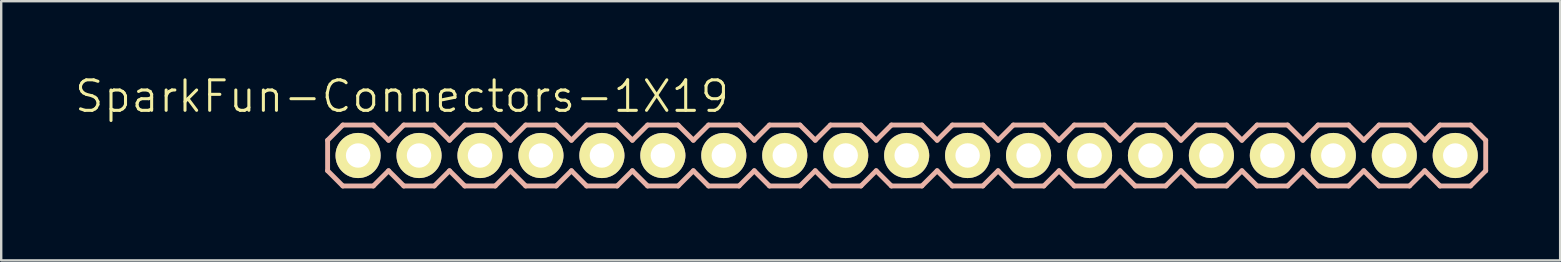
<source format=kicad_pcb>
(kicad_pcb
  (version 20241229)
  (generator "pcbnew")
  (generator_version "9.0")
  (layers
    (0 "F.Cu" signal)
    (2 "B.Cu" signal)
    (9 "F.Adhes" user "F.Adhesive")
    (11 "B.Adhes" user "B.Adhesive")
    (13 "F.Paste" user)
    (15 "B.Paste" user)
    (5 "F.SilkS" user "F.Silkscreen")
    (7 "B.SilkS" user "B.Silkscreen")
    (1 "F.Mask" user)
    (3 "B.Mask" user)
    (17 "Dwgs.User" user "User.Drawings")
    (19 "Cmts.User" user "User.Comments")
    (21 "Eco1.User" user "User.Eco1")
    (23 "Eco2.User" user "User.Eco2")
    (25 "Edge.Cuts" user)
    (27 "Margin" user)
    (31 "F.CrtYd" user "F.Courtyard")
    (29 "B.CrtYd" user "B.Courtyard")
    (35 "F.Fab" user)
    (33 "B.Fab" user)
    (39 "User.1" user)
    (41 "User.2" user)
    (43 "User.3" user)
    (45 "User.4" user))
  (footprint "SparkFun-Connectors-1X19"
    (layer "F.Cu")
    (at 11.872 3.43)
    (property "Reference" "SparkFun-Connectors-1X19" (at 1.829 -2.464 0) (layer "F.SilkS") (effects (font (size 1.27 1.27) (thickness 0.127))))
    (attr exclude_from_pos_files exclude_from_bom)
    (fp_line (start -0.254 -0.254) (end 0.254 -0.254) (stroke (width 0.066) (type solid)) (layer "F.SilkS"))
    (fp_line (start -0.254 0.254) (end -0.254 -0.254) (stroke (width 0.066) (type solid)) (layer "F.SilkS"))
    (fp_line (start -0.254 0.254) (end 0.254 0.254) (stroke (width 0.066) (type solid)) (layer "F.SilkS"))
    (fp_line (start 0.254 0.254) (end 0.254 -0.254) (stroke (width 0.066) (type solid)) (layer "F.SilkS"))
    (fp_line (start 2.286 -0.254) (end 2.794 -0.254) (stroke (width 0.066) (type solid)) (layer "F.SilkS"))
    (fp_line (start 2.286 0.254) (end 2.286 -0.254) (stroke (width 0.066) (type solid)) (layer "F.SilkS"))
    (fp_line (start 2.286 0.254) (end 2.794 0.254) (stroke (width 0.066) (type solid)) (layer "F.SilkS"))
    (fp_line (start 2.794 0.254) (end 2.794 -0.254) (stroke (width 0.066) (type solid)) (layer "F.SilkS"))
    (fp_line (start 4.826 -0.254) (end 5.334 -0.254) (stroke (width 0.066) (type solid)) (layer "F.SilkS"))
    (fp_line (start 4.826 0.254) (end 4.826 -0.254) (stroke (width 0.066) (type solid)) (layer "F.SilkS"))
    (fp_line (start 4.826 0.254) (end 5.334 0.254) (stroke (width 0.066) (type solid)) (layer "F.SilkS"))
    (fp_line (start 5.334 0.254) (end 5.334 -0.254) (stroke (width 0.066) (type solid)) (layer "F.SilkS"))
    (fp_line (start 7.366 -0.254) (end 7.874 -0.254) (stroke (width 0.066) (type solid)) (layer "F.SilkS"))
    (fp_line (start 7.366 0.254) (end 7.366 -0.254) (stroke (width 0.066) (type solid)) (layer "F.SilkS"))
    (fp_line (start 7.366 0.254) (end 7.874 0.254) (stroke (width 0.066) (type solid)) (layer "F.SilkS"))
    (fp_line (start 7.874 0.254) (end 7.874 -0.254) (stroke (width 0.066) (type solid)) (layer "F.SilkS"))
    (fp_line (start 9.906 -0.254) (end 10.414 -0.254) (stroke (width 0.066) (type solid)) (layer "F.SilkS"))
    (fp_line (start 9.906 0.254) (end 9.906 -0.254) (stroke (width 0.066) (type solid)) (layer "F.SilkS"))
    (fp_line (start 9.906 0.254) (end 10.414 0.254) (stroke (width 0.066) (type solid)) (layer "F.SilkS"))
    (fp_line (start 10.414 0.254) (end 10.414 -0.254) (stroke (width 0.066) (type solid)) (layer "F.SilkS"))
    (fp_line (start 12.446 -0.254) (end 12.954 -0.254) (stroke (width 0.066) (type solid)) (layer "F.SilkS"))
    (fp_line (start 12.446 0.254) (end 12.446 -0.254) (stroke (width 0.066) (type solid)) (layer "F.SilkS"))
    (fp_line (start 12.446 0.254) (end 12.954 0.254) (stroke (width 0.066) (type solid)) (layer "F.SilkS"))
    (fp_line (start 12.954 0.254) (end 12.954 -0.254) (stroke (width 0.066) (type solid)) (layer "F.SilkS"))
    (fp_line (start 14.986 -0.254) (end 15.494 -0.254) (stroke (width 0.066) (type solid)) (layer "F.SilkS"))
    (fp_line (start 14.986 0.254) (end 14.986 -0.254) (stroke (width 0.066) (type solid)) (layer "F.SilkS"))
    (fp_line (start 14.986 0.254) (end 15.494 0.254) (stroke (width 0.066) (type solid)) (layer "F.SilkS"))
    (fp_line (start 15.494 0.254) (end 15.494 -0.254) (stroke (width 0.066) (type solid)) (layer "F.SilkS"))
    (fp_line (start 17.523 -0.254) (end 18.034 -0.254) (stroke (width 0.066) (type solid)) (layer "F.SilkS"))
    (fp_line (start 17.523 0.254) (end 17.523 -0.254) (stroke (width 0.066) (type solid)) (layer "F.SilkS"))
    (fp_line (start 17.523 0.254) (end 18.034 0.254) (stroke (width 0.066) (type solid)) (layer "F.SilkS"))
    (fp_line (start 18.034 0.254) (end 18.034 -0.254) (stroke (width 0.066) (type solid)) (layer "F.SilkS"))
    (fp_line (start 20.066 -0.254) (end 20.574 -0.254) (stroke (width 0.066) (type solid)) (layer "F.SilkS"))
    (fp_line (start 20.066 0.254) (end 20.066 -0.254) (stroke (width 0.066) (type solid)) (layer "F.SilkS"))
    (fp_line (start 20.066 0.254) (end 20.574 0.254) (stroke (width 0.066) (type solid)) (layer "F.SilkS"))
    (fp_line (start 20.574 0.254) (end 20.574 -0.254) (stroke (width 0.066) (type solid)) (layer "F.SilkS"))
    (fp_line (start 22.606 -0.254) (end 23.114 -0.254) (stroke (width 0.066) (type solid)) (layer "F.SilkS"))
    (fp_line (start 22.606 0.254) (end 22.606 -0.254) (stroke (width 0.066) (type solid)) (layer "F.SilkS"))
    (fp_line (start 22.606 0.254) (end 23.114 0.254) (stroke (width 0.066) (type solid)) (layer "F.SilkS"))
    (fp_line (start 23.114 0.254) (end 23.114 -0.254) (stroke (width 0.066) (type solid)) (layer "F.SilkS"))
    (fp_line (start 25.146 -0.254) (end 25.654 -0.254) (stroke (width 0.066) (type solid)) (layer "F.SilkS"))
    (fp_line (start 25.146 0.254) (end 25.146 -0.254) (stroke (width 0.066) (type solid)) (layer "F.SilkS"))
    (fp_line (start 25.146 0.254) (end 25.654 0.254) (stroke (width 0.066) (type solid)) (layer "F.SilkS"))
    (fp_line (start 25.654 0.254) (end 25.654 -0.254) (stroke (width 0.066) (type solid)) (layer "F.SilkS"))
    (fp_line (start 27.686 -0.254) (end 28.194 -0.254) (stroke (width 0.066) (type solid)) (layer "F.SilkS"))
    (fp_line (start 27.686 0.254) (end 27.686 -0.254) (stroke (width 0.066) (type solid)) (layer "F.SilkS"))
    (fp_line (start 27.686 0.254) (end 28.194 0.254) (stroke (width 0.066) (type solid)) (layer "F.SilkS"))
    (fp_line (start 28.194 0.254) (end 28.194 -0.254) (stroke (width 0.066) (type solid)) (layer "F.SilkS"))
    (fp_line (start 30.226 -0.254) (end 30.734 -0.254) (stroke (width 0.066) (type solid)) (layer "F.SilkS"))
    (fp_line (start 30.226 0.254) (end 30.226 -0.254) (stroke (width 0.066) (type solid)) (layer "F.SilkS"))
    (fp_line (start 30.226 0.254) (end 30.734 0.254) (stroke (width 0.066) (type solid)) (layer "F.SilkS"))
    (fp_line (start 30.734 0.254) (end 30.734 -0.254) (stroke (width 0.066) (type solid)) (layer "F.SilkS"))
    (fp_line (start 32.766 -0.254) (end 33.274 -0.254) (stroke (width 0.066) (type solid)) (layer "F.SilkS"))
    (fp_line (start 32.766 0.254) (end 32.766 -0.254) (stroke (width 0.066) (type solid)) (layer "F.SilkS"))
    (fp_line (start 32.766 0.254) (end 33.274 0.254) (stroke (width 0.066) (type solid)) (layer "F.SilkS"))
    (fp_line (start 33.274 0.254) (end 33.274 -0.254) (stroke (width 0.066) (type solid)) (layer "F.SilkS"))
    (fp_line (start 35.303 -0.254) (end 35.814 -0.254) (stroke (width 0.066) (type solid)) (layer "F.SilkS"))
    (fp_line (start 35.303 0.254) (end 35.303 -0.254) (stroke (width 0.066) (type solid)) (layer "F.SilkS"))
    (fp_line (start 35.303 0.254) (end 35.814 0.254) (stroke (width 0.066) (type solid)) (layer "F.SilkS"))
    (fp_line (start 35.814 0.254) (end 35.814 -0.254) (stroke (width 0.066) (type solid)) (layer "F.SilkS"))
    (fp_line (start 37.846 -0.254) (end 38.354 -0.254) (stroke (width 0.066) (type solid)) (layer "F.SilkS"))
    (fp_line (start 37.846 0.254) (end 37.846 -0.254) (stroke (width 0.066) (type solid)) (layer "F.SilkS"))
    (fp_line (start 37.846 0.254) (end 38.354 0.254) (stroke (width 0.066) (type solid)) (layer "F.SilkS"))
    (fp_line (start 38.354 0.254) (end 38.354 -0.254) (stroke (width 0.066) (type solid)) (layer "F.SilkS"))
    (fp_line (start 40.386 -0.254) (end 40.894 -0.254) (stroke (width 0.066) (type solid)) (layer "F.SilkS"))
    (fp_line (start 40.386 0.254) (end 40.386 -0.254) (stroke (width 0.066) (type solid)) (layer "F.SilkS"))
    (fp_line (start 40.386 0.254) (end 40.894 0.254) (stroke (width 0.066) (type solid)) (layer "F.SilkS"))
    (fp_line (start 40.894 0.254) (end 40.894 -0.254) (stroke (width 0.066) (type solid)) (layer "F.SilkS"))
    (fp_line (start 42.926 -0.254) (end 43.434 -0.254) (stroke (width 0.066) (type solid)) (layer "F.SilkS"))
    (fp_line (start 42.926 0.254) (end 42.926 -0.254) (stroke (width 0.066) (type solid)) (layer "F.SilkS"))
    (fp_line (start 42.926 0.254) (end 43.434 0.254) (stroke (width 0.066) (type solid)) (layer "F.SilkS"))
    (fp_line (start 43.434 0.254) (end 43.434 -0.254) (stroke (width 0.066) (type solid)) (layer "F.SilkS"))
    (fp_line (start 45.466 -0.254) (end 45.974 -0.254) (stroke (width 0.066) (type solid)) (layer "F.SilkS"))
    (fp_line (start 45.466 0.254) (end 45.466 -0.254) (stroke (width 0.066) (type solid)) (layer "F.SilkS"))
    (fp_line (start 45.466 0.254) (end 45.974 0.254) (stroke (width 0.066) (type solid)) (layer "F.SilkS"))
    (fp_line (start 45.974 0.254) (end 45.974 -0.254) (stroke (width 0.066) (type solid)) (layer "F.SilkS"))
    (fp_line (start -1.27 -0.635) (end -1.27 0.635) (stroke (width 0.203) (type solid)) (layer "B.SilkS"))
    (fp_line (start -1.27 0.635) (end -0.635 1.27) (stroke (width 0.203) (type solid)) (layer "B.SilkS"))
    (fp_line (start -0.635 -1.27) (end -1.27 -0.635) (stroke (width 0.203) (type solid)) (layer "B.SilkS"))
    (fp_line (start -0.635 -1.27) (end 0.635 -1.27) (stroke (width 0.203) (type solid)) (layer "B.SilkS"))
    (fp_line (start 0.635 -1.27) (end 1.27 -0.635) (stroke (width 0.203) (type solid)) (layer "B.SilkS"))
    (fp_line (start 0.635 1.27) (end -0.635 1.27) (stroke (width 0.203) (type solid)) (layer "B.SilkS"))
    (fp_line (start 1.27 -0.635) (end 1.905 -1.27) (stroke (width 0.203) (type solid)) (layer "B.SilkS"))
    (fp_line (start 1.27 0.635) (end 0.635 1.27) (stroke (width 0.203) (type solid)) (layer "B.SilkS"))
    (fp_line (start 1.905 -1.27) (end 3.175 -1.27) (stroke (width 0.203) (type solid)) (layer "B.SilkS"))
    (fp_line (start 1.905 1.27) (end 1.27 0.635) (stroke (width 0.203) (type solid)) (layer "B.SilkS"))
    (fp_line (start 3.175 -1.27) (end 3.81 -0.635) (stroke (width 0.203) (type solid)) (layer "B.SilkS"))
    (fp_line (start 3.175 1.27) (end 1.905 1.27) (stroke (width 0.203) (type solid)) (layer "B.SilkS"))
    (fp_line (start 3.81 -0.635) (end 4.445 -1.27) (stroke (width 0.203) (type solid)) (layer "B.SilkS"))
    (fp_line (start 3.81 0.635) (end 3.175 1.27) (stroke (width 0.203) (type solid)) (layer "B.SilkS"))
    (fp_line (start 4.445 -1.27) (end 5.715 -1.27) (stroke (width 0.203) (type solid)) (layer "B.SilkS"))
    (fp_line (start 4.445 1.27) (end 3.81 0.635) (stroke (width 0.203) (type solid)) (layer "B.SilkS"))
    (fp_line (start 5.715 -1.27) (end 6.35 -0.635) (stroke (width 0.203) (type solid)) (layer "B.SilkS"))
    (fp_line (start 5.715 1.27) (end 4.445 1.27) (stroke (width 0.203) (type solid)) (layer "B.SilkS"))
    (fp_line (start 6.35 0.635) (end 5.715 1.27) (stroke (width 0.203) (type solid)) (layer "B.SilkS"))
    (fp_line (start 6.35 0.635) (end 6.985 1.27) (stroke (width 0.203) (type solid)) (layer "B.SilkS"))
    (fp_line (start 6.985 -1.27) (end 6.35 -0.635) (stroke (width 0.203) (type solid)) (layer "B.SilkS"))
    (fp_line (start 6.985 -1.27) (end 8.255 -1.27) (stroke (width 0.203) (type solid)) (layer "B.SilkS"))
    (fp_line (start 8.255 -1.27) (end 8.89 -0.635) (stroke (width 0.203) (type solid)) (layer "B.SilkS"))
    (fp_line (start 8.255 1.27) (end 6.985 1.27) (stroke (width 0.203) (type solid)) (layer "B.SilkS"))
    (fp_line (start 8.89 -0.635) (end 9.525 -1.27) (stroke (width 0.203) (type solid)) (layer "B.SilkS"))
    (fp_line (start 8.89 0.635) (end 8.255 1.27) (stroke (width 0.203) (type solid)) (layer "B.SilkS"))
    (fp_line (start 9.525 -1.27) (end 10.795 -1.27) (stroke (width 0.203) (type solid)) (layer "B.SilkS"))
    (fp_line (start 9.525 1.27) (end 8.89 0.635) (stroke (width 0.203) (type solid)) (layer "B.SilkS"))
    (fp_line (start 10.795 -1.27) (end 11.43 -0.635) (stroke (width 0.203) (type solid)) (layer "B.SilkS"))
    (fp_line (start 10.795 1.27) (end 9.525 1.27) (stroke (width 0.203) (type solid)) (layer "B.SilkS"))
    (fp_line (start 11.43 -0.635) (end 12.065 -1.27) (stroke (width 0.203) (type solid)) (layer "B.SilkS"))
    (fp_line (start 11.43 0.635) (end 10.795 1.27) (stroke (width 0.203) (type solid)) (layer "B.SilkS"))
    (fp_line (start 12.065 -1.27) (end 13.335 -1.27) (stroke (width 0.203) (type solid)) (layer "B.SilkS"))
    (fp_line (start 12.065 1.27) (end 11.43 0.635) (stroke (width 0.203) (type solid)) (layer "B.SilkS"))
    (fp_line (start 13.335 -1.27) (end 13.97 -0.635) (stroke (width 0.203) (type solid)) (layer "B.SilkS"))
    (fp_line (start 13.335 1.27) (end 12.065 1.27) (stroke (width 0.203) (type solid)) (layer "B.SilkS"))
    (fp_line (start 13.97 0.635) (end 13.335 1.27) (stroke (width 0.203) (type solid)) (layer "B.SilkS"))
    (fp_line (start 13.97 0.635) (end 14.605 1.27) (stroke (width 0.203) (type solid)) (layer "B.SilkS"))
    (fp_line (start 14.605 -1.27) (end 13.97 -0.635) (stroke (width 0.203) (type solid)) (layer "B.SilkS"))
    (fp_line (start 14.605 -1.27) (end 15.875 -1.27) (stroke (width 0.203) (type solid)) (layer "B.SilkS"))
    (fp_line (start 15.875 -1.27) (end 16.51 -0.635) (stroke (width 0.203) (type solid)) (layer "B.SilkS"))
    (fp_line (start 15.875 1.27) (end 14.605 1.27) (stroke (width 0.203) (type solid)) (layer "B.SilkS"))
    (fp_line (start 16.51 0.635) (end 15.875 1.27) (stroke (width 0.203) (type solid)) (layer "B.SilkS"))
    (fp_line (start 16.51 0.635) (end 17.145 1.27) (stroke (width 0.203) (type solid)) (layer "B.SilkS"))
    (fp_line (start 17.145 -1.27) (end 16.51 -0.635) (stroke (width 0.203) (type solid)) (layer "B.SilkS"))
    (fp_line (start 17.145 -1.27) (end 18.415 -1.27) (stroke (width 0.203) (type solid)) (layer "B.SilkS"))
    (fp_line (start 18.415 -1.27) (end 19.05 -0.635) (stroke (width 0.203) (type solid)) (layer "B.SilkS"))
    (fp_line (start 18.415 1.27) (end 17.145 1.27) (stroke (width 0.203) (type solid)) (layer "B.SilkS"))
    (fp_line (start 19.05 -0.635) (end 19.685 -1.27) (stroke (width 0.203) (type solid)) (layer "B.SilkS"))
    (fp_line (start 19.05 0.635) (end 18.415 1.27) (stroke (width 0.203) (type solid)) (layer "B.SilkS"))
    (fp_line (start 19.685 -1.27) (end 20.955 -1.27) (stroke (width 0.203) (type solid)) (layer "B.SilkS"))
    (fp_line (start 19.685 1.27) (end 19.05 0.635) (stroke (width 0.203) (type solid)) (layer "B.SilkS"))
    (fp_line (start 20.955 -1.27) (end 21.59 -0.635) (stroke (width 0.203) (type solid)) (layer "B.SilkS"))
    (fp_line (start 20.955 1.27) (end 19.685 1.27) (stroke (width 0.203) (type solid)) (layer "B.SilkS"))
    (fp_line (start 21.59 -0.635) (end 22.225 -1.27) (stroke (width 0.203) (type solid)) (layer "B.SilkS"))
    (fp_line (start 21.59 0.635) (end 20.955 1.27) (stroke (width 0.203) (type solid)) (layer "B.SilkS"))
    (fp_line (start 22.225 -1.27) (end 23.495 -1.27) (stroke (width 0.203) (type solid)) (layer "B.SilkS"))
    (fp_line (start 22.225 1.27) (end 21.59 0.635) (stroke (width 0.203) (type solid)) (layer "B.SilkS"))
    (fp_line (start 23.495 -1.27) (end 24.13 -0.635) (stroke (width 0.203) (type solid)) (layer "B.SilkS"))
    (fp_line (start 23.495 1.27) (end 22.225 1.27) (stroke (width 0.203) (type solid)) (layer "B.SilkS"))
    (fp_line (start 24.13 0.635) (end 23.495 1.27) (stroke (width 0.203) (type solid)) (layer "B.SilkS"))
    (fp_line (start 24.13 0.635) (end 24.765 1.27) (stroke (width 0.203) (type solid)) (layer "B.SilkS"))
    (fp_line (start 24.765 -1.27) (end 24.13 -0.635) (stroke (width 0.203) (type solid)) (layer "B.SilkS"))
    (fp_line (start 24.765 -1.27) (end 26.035 -1.27) (stroke (width 0.203) (type solid)) (layer "B.SilkS"))
    (fp_line (start 26.035 -1.27) (end 26.67 -0.635) (stroke (width 0.203) (type solid)) (layer "B.SilkS"))
    (fp_line (start 26.035 1.27) (end 24.765 1.27) (stroke (width 0.203) (type solid)) (layer "B.SilkS"))
    (fp_line (start 26.67 -0.635) (end 27.305 -1.27) (stroke (width 0.203) (type solid)) (layer "B.SilkS"))
    (fp_line (start 26.67 0.635) (end 26.035 1.27) (stroke (width 0.203) (type solid)) (layer "B.SilkS"))
    (fp_line (start 27.305 -1.27) (end 28.575 -1.27) (stroke (width 0.203) (type solid)) (layer "B.SilkS"))
    (fp_line (start 27.305 1.27) (end 26.67 0.635) (stroke (width 0.203) (type solid)) (layer "B.SilkS"))
    (fp_line (start 28.575 -1.27) (end 29.21 -0.635) (stroke (width 0.203) (type solid)) (layer "B.SilkS"))
    (fp_line (start 28.575 1.27) (end 27.305 1.27) (stroke (width 0.203) (type solid)) (layer "B.SilkS"))
    (fp_line (start 29.21 -0.635) (end 29.845 -1.27) (stroke (width 0.203) (type solid)) (layer "B.SilkS"))
    (fp_line (start 29.21 0.635) (end 28.575 1.27) (stroke (width 0.203) (type solid)) (layer "B.SilkS"))
    (fp_line (start 29.845 -1.27) (end 31.115 -1.27) (stroke (width 0.203) (type solid)) (layer "B.SilkS"))
    (fp_line (start 29.845 1.27) (end 29.21 0.635) (stroke (width 0.203) (type solid)) (layer "B.SilkS"))
    (fp_line (start 31.115 -1.27) (end 31.75 -0.635) (stroke (width 0.203) (type solid)) (layer "B.SilkS"))
    (fp_line (start 31.115 1.27) (end 29.845 1.27) (stroke (width 0.203) (type solid)) (layer "B.SilkS"))
    (fp_line (start 31.75 0.635) (end 31.115 1.27) (stroke (width 0.203) (type solid)) (layer "B.SilkS"))
    (fp_line (start 31.75 0.635) (end 32.385 1.27) (stroke (width 0.203) (type solid)) (layer "B.SilkS"))
    (fp_line (start 32.385 -1.27) (end 31.75 -0.635) (stroke (width 0.203) (type solid)) (layer "B.SilkS"))
    (fp_line (start 32.385 -1.27) (end 33.655 -1.27) (stroke (width 0.203) (type solid)) (layer "B.SilkS"))
    (fp_line (start 33.655 -1.27) (end 34.29 -0.635) (stroke (width 0.203) (type solid)) (layer "B.SilkS"))
    (fp_line (start 33.655 1.27) (end 32.385 1.27) (stroke (width 0.203) (type solid)) (layer "B.SilkS"))
    (fp_line (start 34.29 0.635) (end 33.655 1.27) (stroke (width 0.203) (type solid)) (layer "B.SilkS"))
    (fp_line (start 34.29 0.635) (end 34.925 1.27) (stroke (width 0.203) (type solid)) (layer "B.SilkS"))
    (fp_line (start 34.925 -1.27) (end 34.29 -0.635) (stroke (width 0.203) (type solid)) (layer "B.SilkS"))
    (fp_line (start 34.925 -1.27) (end 36.195 -1.27) (stroke (width 0.203) (type solid)) (layer "B.SilkS"))
    (fp_line (start 36.195 -1.27) (end 36.83 -0.635) (stroke (width 0.203) (type solid)) (layer "B.SilkS"))
    (fp_line (start 36.195 1.27) (end 34.925 1.27) (stroke (width 0.203) (type solid)) (layer "B.SilkS"))
    (fp_line (start 36.83 0.635) (end 36.195 1.27) (stroke (width 0.203) (type solid)) (layer "B.SilkS"))
    (fp_line (start 36.83 0.635) (end 37.465 1.27) (stroke (width 0.203) (type solid)) (layer "B.SilkS"))
    (fp_line (start 37.465 -1.27) (end 36.83 -0.635) (stroke (width 0.203) (type solid)) (layer "B.SilkS"))
    (fp_line (start 37.465 -1.27) (end 38.735 -1.27) (stroke (width 0.203) (type solid)) (layer "B.SilkS"))
    (fp_line (start 38.735 -1.27) (end 39.37 -0.635) (stroke (width 0.203) (type solid)) (layer "B.SilkS"))
    (fp_line (start 38.735 1.27) (end 37.465 1.27) (stroke (width 0.203) (type solid)) (layer "B.SilkS"))
    (fp_line (start 39.37 0.635) (end 38.735 1.27) (stroke (width 0.203) (type solid)) (layer "B.SilkS"))
    (fp_line (start 39.37 0.635) (end 40.005 1.27) (stroke (width 0.203) (type solid)) (layer "B.SilkS"))
    (fp_line (start 40.005 -1.27) (end 39.37 -0.635) (stroke (width 0.203) (type solid)) (layer "B.SilkS"))
    (fp_line (start 40.005 -1.27) (end 41.275 -1.27) (stroke (width 0.203) (type solid)) (layer "B.SilkS"))
    (fp_line (start 41.275 -1.27) (end 41.91 -0.635) (stroke (width 0.203) (type solid)) (layer "B.SilkS"))
    (fp_line (start 41.275 1.27) (end 40.005 1.27) (stroke (width 0.203) (type solid)) (layer "B.SilkS"))
    (fp_line (start 41.91 0.635) (end 41.275 1.27) (stroke (width 0.203) (type solid)) (layer "B.SilkS"))
    (fp_line (start 41.91 0.635) (end 42.545 1.27) (stroke (width 0.203) (type solid)) (layer "B.SilkS"))
    (fp_line (start 42.545 -1.27) (end 41.91 -0.635) (stroke (width 0.203) (type solid)) (layer "B.SilkS"))
    (fp_line (start 42.545 -1.27) (end 43.815 -1.27) (stroke (width 0.203) (type solid)) (layer "B.SilkS"))
    (fp_line (start 43.815 -1.27) (end 44.45 -0.635) (stroke (width 0.203) (type solid)) (layer "B.SilkS"))
    (fp_line (start 43.815 1.27) (end 42.545 1.27) (stroke (width 0.203) (type solid)) (layer "B.SilkS"))
    (fp_line (start 44.45 0.635) (end 43.815 1.27) (stroke (width 0.203) (type solid)) (layer "B.SilkS"))
    (fp_line (start 44.45 0.635) (end 45.085 1.27) (stroke (width 0.203) (type solid)) (layer "B.SilkS"))
    (fp_line (start 45.085 -1.27) (end 44.45 -0.635) (stroke (width 0.203) (type solid)) (layer "B.SilkS"))
    (fp_line (start 45.085 -1.27) (end 46.355 -1.27) (stroke (width 0.203) (type solid)) (layer "B.SilkS"))
    (fp_line (start 46.355 -1.27) (end 46.99 -0.635) (stroke (width 0.203) (type solid)) (layer "B.SilkS"))
    (fp_line (start 46.355 1.27) (end 45.085 1.27) (stroke (width 0.203) (type solid)) (layer "B.SilkS"))
    (fp_line (start 46.99 -0.635) (end 46.99 0.635) (stroke (width 0.203) (type solid)) (layer "B.SilkS"))
    (fp_line (start 46.99 0.635) (end 46.355 1.27) (stroke (width 0.203) (type solid)) (layer "B.SilkS"))
    (pad "1" thru_hole circle (at 0 0) (size 1.88 1.88) (drill 1.016) (layers "*.Cu" "F.Mask" "F.SilkS" "F.Paste"))
    (pad "2" thru_hole circle (at 2.54 0) (size 1.88 1.88) (drill 1.016) (layers "*.Cu" "F.Mask" "F.SilkS" "F.Paste"))
    (pad "3" thru_hole circle (at 5.08 0) (size 1.88 1.88) (drill 1.016) (layers "*.Cu" "F.Mask" "F.SilkS" "F.Paste"))
    (pad "4" thru_hole circle (at 7.62 0) (size 1.88 1.88) (drill 1.016) (layers "*.Cu" "F.Mask" "F.SilkS" "F.Paste"))
    (pad "5" thru_hole circle (at 10.16 0) (size 1.88 1.88) (drill 1.016) (layers "*.Cu" "F.Mask" "F.SilkS" "F.Paste"))
    (pad "6" thru_hole circle (at 12.7 0) (size 1.88 1.88) (drill 1.016) (layers "*.Cu" "F.Mask" "F.SilkS" "F.Paste"))
    (pad "7" thru_hole circle (at 15.24 0) (size 1.88 1.88) (drill 1.016) (layers "*.Cu" "F.Mask" "F.SilkS" "F.Paste"))
    (pad "8" thru_hole circle (at 17.78 0) (size 1.88 1.88) (drill 1.016) (layers "*.Cu" "F.Mask" "F.SilkS" "F.Paste"))
    (pad "9" thru_hole circle (at 20.32 0) (size 1.88 1.88) (drill 1.016) (layers "*.Cu" "F.Mask" "F.SilkS" "F.Paste"))
    (pad "10" thru_hole circle (at 22.86 0) (size 1.88 1.88) (drill 1.016) (layers "*.Cu" "F.Mask" "F.SilkS" "F.Paste"))
    (pad "11" thru_hole circle (at 25.4 0) (size 1.88 1.88) (drill 1.016) (layers "*.Cu" "F.Mask" "F.SilkS" "F.Paste"))
    (pad "12" thru_hole circle (at 27.94 0) (size 1.88 1.88) (drill 1.016) (layers "*.Cu" "F.Mask" "F.SilkS" "F.Paste"))
    (pad "13" thru_hole circle (at 30.48 0) (size 1.88 1.88) (drill 1.016) (layers "*.Cu" "F.Mask" "F.SilkS" "F.Paste"))
    (pad "14" thru_hole circle (at 33.02 0) (size 1.88 1.88) (drill 1.016) (layers "*.Cu" "F.Mask" "F.SilkS" "F.Paste"))
    (pad "15" thru_hole circle (at 35.56 0) (size 1.88 1.88) (drill 1.016) (layers "*.Cu" "F.Mask" "F.SilkS" "F.Paste"))
    (pad "16" thru_hole circle (at 38.1 0) (size 1.88 1.88) (drill 1.016) (layers "*.Cu" "F.Mask" "F.SilkS" "F.Paste"))
    (pad "17" thru_hole circle (at 40.64 0) (size 1.88 1.88) (drill 1.016) (layers "*.Cu" "F.Mask" "F.SilkS" "F.Paste"))
    (pad "18" thru_hole circle (at 43.18 0) (size 1.88 1.88) (drill 1.016) (layers "*.Cu" "F.Mask" "F.SilkS" "F.Paste"))
    (pad "19" thru_hole circle (at 45.72 0) (size 1.88 1.88) (drill 1.016) (layers "*.Cu" "F.Mask" "F.SilkS" "F.Paste")))
  (gr_rect
    (start -3 -3)
    (end 61.964 7.801)
    (stroke (width 0.1) (type default))
    (fill no)
    (layer "Edge.Cuts")))
</source>
